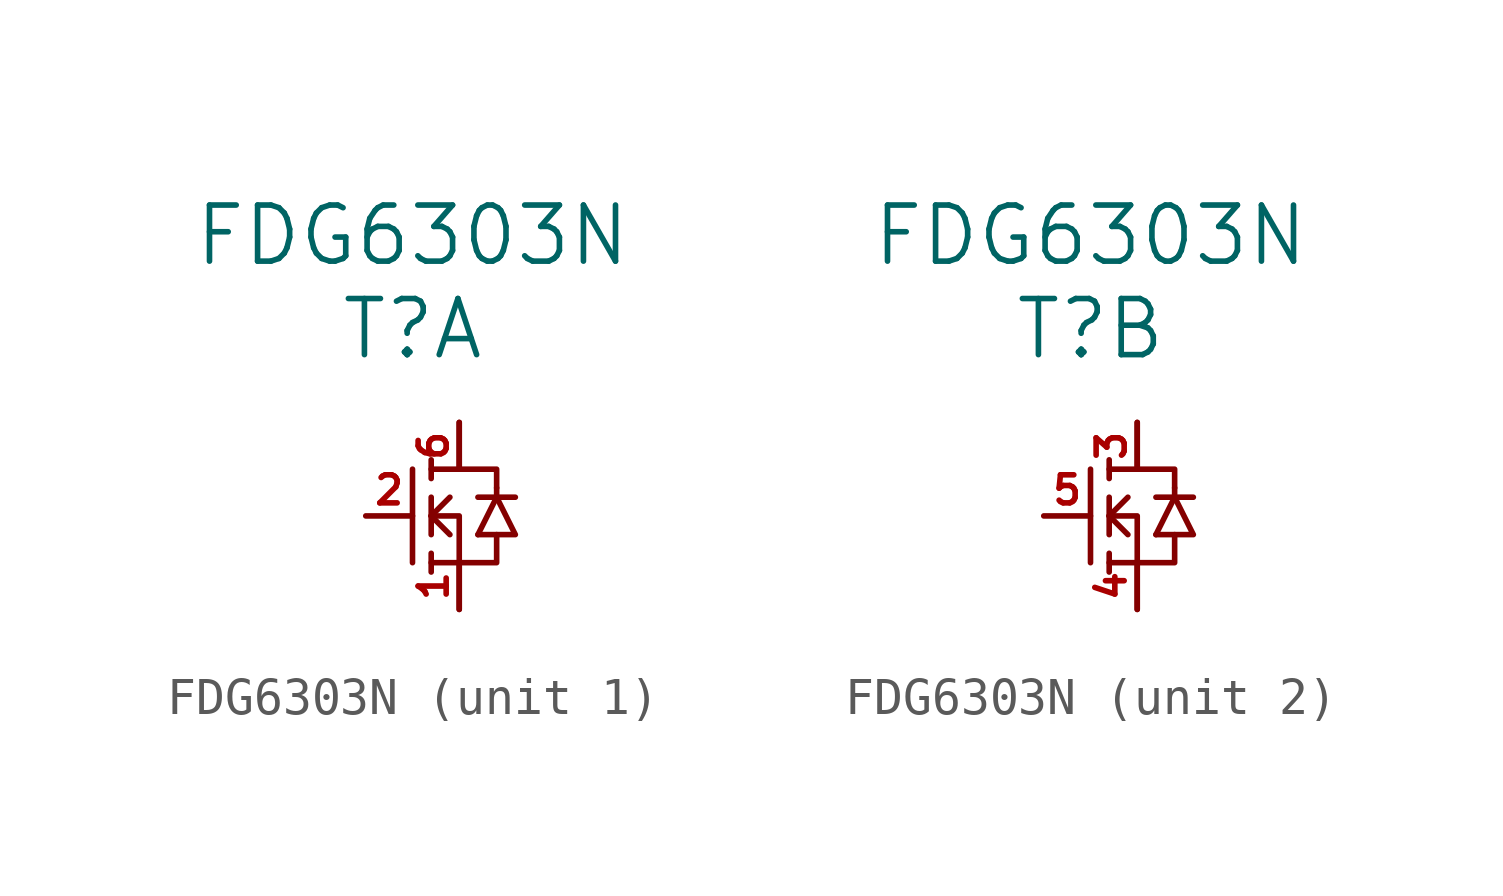
<source format=kicad_sym>
(kicad_symbol_lib
  (version 20220914)
  (generator kicad_symbol_editor)
  (symbol "FDG6303N"
    (pin_names
      (offset 1.016) hide)
    (property "Reference" "T"
      (at -1.27 5.08 0)
      (effects (font (size 1.524 1.524))))
    (property "Value" "FDG6303N"
      (at -1.27 7.62 0)
      (effects (font (size 1.524 1.524))))
    (property "ki_locked" ""
      (at 0 0 0)
      (effects (font (size 1.27 1.27))))
    (symbol "FDG6303N_0_1"
      (polyline (pts (xy -1.27 1.27) (xy -1.27 -1.27)) (stroke (width 0) (type solid)) (fill (type none)))
      (polyline (pts (xy -0.762 -1.016) (xy -0.762 -1.524)) (stroke (width 0) (type solid)) (fill (type none)))
      (polyline (pts (xy -0.762 0) (xy -0.254 -0.508)) (stroke (width 0) (type solid)) (fill (type none)))
      (polyline (pts (xy -0.762 0) (xy -0.254 0.508)) (stroke (width 0) (type solid)) (fill (type none)))
      (polyline (pts (xy -0.762 0.508) (xy -0.762 -0.508)) (stroke (width 0) (type solid)) (fill (type none)))
      (polyline (pts (xy -0.762 1.524) (xy -0.762 1.016)) (stroke (width 0) (type solid)) (fill (type none)))
      (polyline (pts (xy 0 -1.27) (xy 0 -2.54)) (stroke (width 0) (type solid)) (fill (type none)))
      (polyline (pts (xy 0 1.27) (xy 0 2.54)) (stroke (width 0) (type solid)) (fill (type none)))
      (polyline (pts (xy 0.508 -0.508) (xy 1.016 0.508)) (stroke (width 0) (type solid)) (fill (type none)))
      (polyline (pts (xy 0.508 0.508) (xy 1.524 0.508)) (stroke (width 0) (type solid)) (fill (type none)))
      (polyline (pts (xy 1.016 0.508) (xy 1.016 0.762)) (stroke (width 0) (type solid)) (fill (type none)))
      (polyline (pts (xy -0.762 -1.27) (xy 1.016 -1.27) (xy 1.016 -0.508)) (stroke (width 0) (type solid)) (fill (type none)))
      (polyline (pts (xy -0.762 0) (xy 0 0) (xy 0 -1.27)) (stroke (width 0) (type solid)) (fill (type none)))
      (polyline (pts (xy -0.762 1.27) (xy 1.016 1.27) (xy 1.016 0.762)) (stroke (width 0) (type solid)) (fill (type none)))
      (polyline (pts (xy 0.508 -0.508) (xy 1.524 -0.508) (xy 1.016 0.508)) (stroke (width 0) (type solid)) (fill (type none))))
    (symbol "FDG6303N_1_1"
      (pin passive line (at 0 -2.54 90) (length 1.27) (name "S1" (effects (font (size 1.27 1.27)))) (number "1" (effects (font (size 0.762 0.762)))))
      (pin input line (at -2.54 0 0) (length 1.27) (name "G1" (effects (font (size 1.27 1.27)))) (number "2" (effects (font (size 0.762 0.762)))))
      (pin input line (at 0 2.54 270) (length 1.27) (name "D1" (effects (font (size 1.27 1.27)))) (number "6" (effects (font (size 0.762 0.762))))))
    (symbol "FDG6303N_2_1"
      (pin input line (at 0 2.54 270) (length 1.27) (name "D2" (effects (font (size 1.27 1.27)))) (number "3" (effects (font (size 0.762 0.762)))))
      (pin passive line (at 0 -2.54 90) (length 1.27) (name "S2" (effects (font (size 1.27 1.27)))) (number "4" (effects (font (size 0.762 0.762)))))
      (pin input line (at -2.54 0 0) (length 1.27) (name "G2" (effects (font (size 1.27 1.27)))) (number "5" (effects (font (size 0.762 0.762))))))))
</source>
